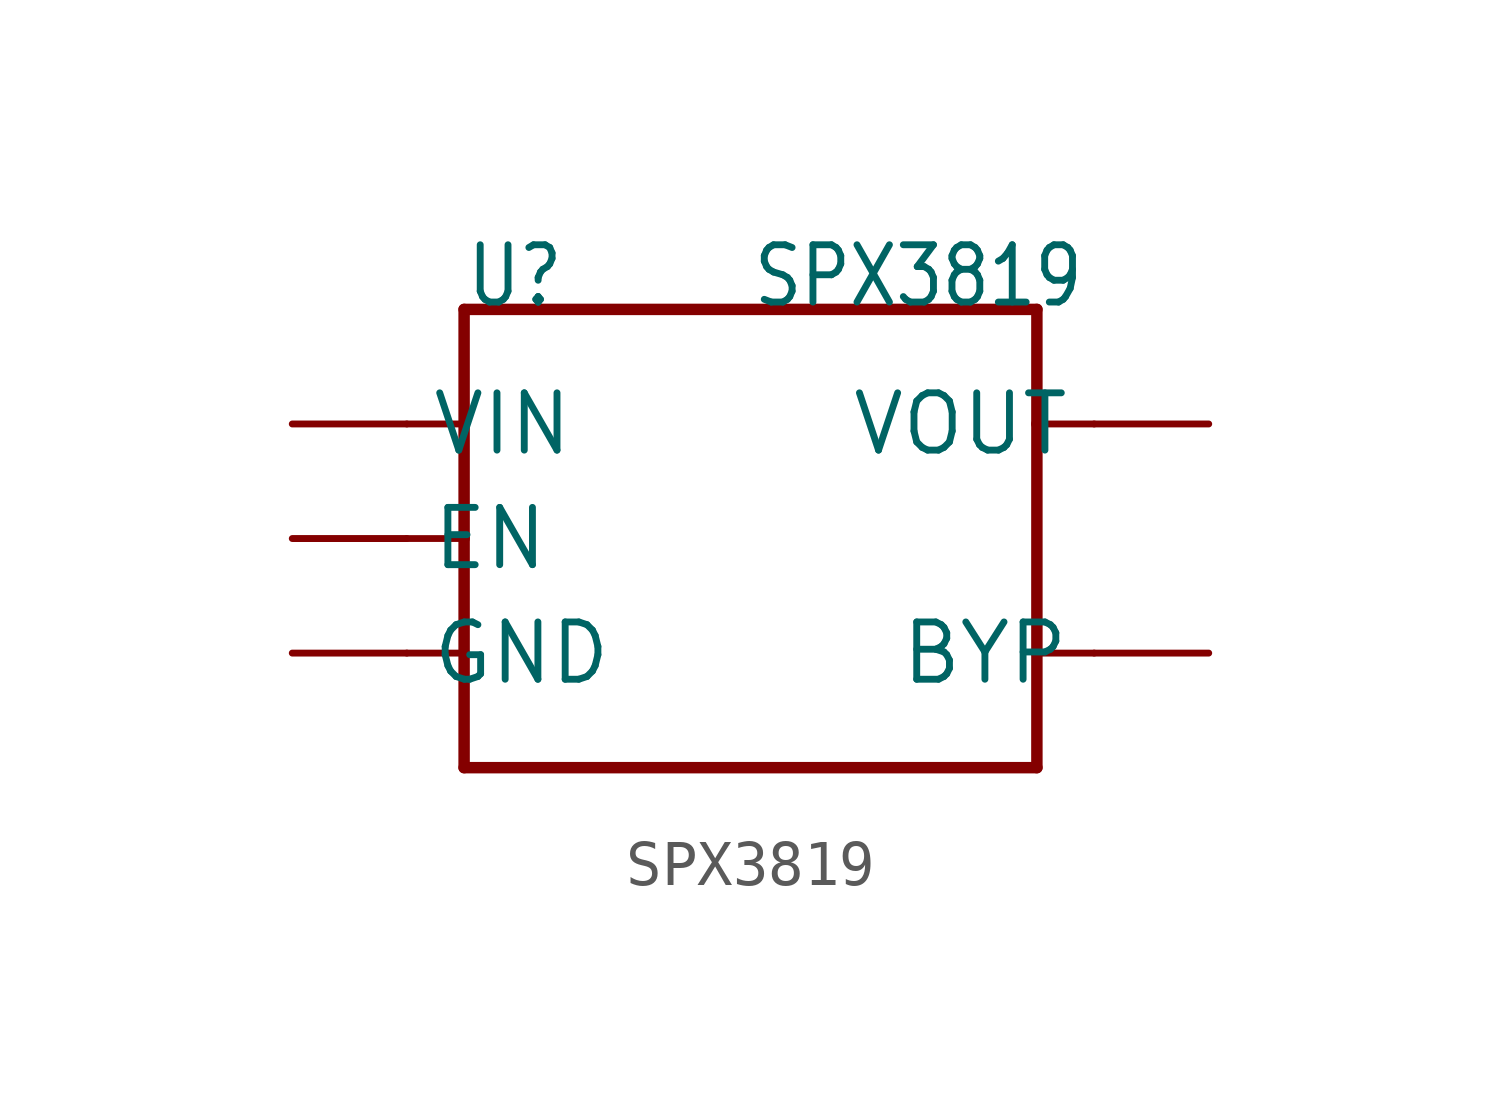
<source format=kicad_sym>
(kicad_symbol_lib
  (version 20211014)
  (generator kicad_symbol_editor)
  (symbol "SPX3819"
    (property "Reference" "U"
      (at 0 10.16 0)
      (effects (font (size 1.27 1.079)) (justify left bottom)))
    (property "Value" "SPX3819"
      (at 6.35 10.16 0)
      (effects (font (size 1.27 1.079)) (justify left bottom)))
    (property "ki_locked" ""
      (at 0 0 0)
      (effects (font (size 1.27 1.27))))
    (symbol "SPX3819_1_0"
      (polyline (pts (xy -1.27 2.54) (xy 0 2.54)) (stroke (width 0.152) (type default) (color 0 0 0 0)) (fill (type none)))
      (polyline (pts (xy -1.27 5.08) (xy 0 5.08)) (stroke (width 0.152) (type default) (color 0 0 0 0)) (fill (type none)))
      (polyline (pts (xy -1.27 7.62) (xy 0 7.62)) (stroke (width 0.152) (type default) (color 0 0 0 0)) (fill (type none)))
      (polyline (pts (xy 0 0) (xy 0 2.54)) (stroke (width 0.254) (type default) (color 0 0 0 0)) (fill (type none)))
      (polyline (pts (xy 0 2.54) (xy 0 5.08)) (stroke (width 0.254) (type default) (color 0 0 0 0)) (fill (type none)))
      (polyline (pts (xy 0 5.08) (xy 0 7.62)) (stroke (width 0.254) (type default) (color 0 0 0 0)) (fill (type none)))
      (polyline (pts (xy 0 7.62) (xy 0 10.16)) (stroke (width 0.254) (type default) (color 0 0 0 0)) (fill (type none)))
      (polyline (pts (xy 0 10.16) (xy 12.7 10.16)) (stroke (width 0.254) (type default) (color 0 0 0 0)) (fill (type none)))
      (polyline (pts (xy 12.7 0) (xy 0 0)) (stroke (width 0.254) (type default) (color 0 0 0 0)) (fill (type none)))
      (polyline (pts (xy 12.7 2.54) (xy 12.7 0)) (stroke (width 0.254) (type default) (color 0 0 0 0)) (fill (type none)))
      (polyline (pts (xy 12.7 2.54) (xy 13.97 2.54)) (stroke (width 0.152) (type default) (color 0 0 0 0)) (fill (type none)))
      (polyline (pts (xy 12.7 7.62) (xy 12.7 2.54)) (stroke (width 0.254) (type default) (color 0 0 0 0)) (fill (type none)))
      (polyline (pts (xy 12.7 7.62) (xy 13.97 7.62)) (stroke (width 0.152) (type default) (color 0 0 0 0)) (fill (type none)))
      (polyline (pts (xy 12.7 10.16) (xy 12.7 7.62)) (stroke (width 0.254) (type default) (color 0 0 0 0)) (fill (type none)))
      (pin bidirectional line (at -3.81 7.62 0) (length 2.54) (name "VIN" (effects (font (size 1.27 1.27)))) (number "1" (effects (font (size 0 0)))))
      (pin bidirectional line (at -3.81 2.54 0) (length 2.54) (name "GND" (effects (font (size 1.27 1.27)))) (number "2" (effects (font (size 0 0)))))
      (pin bidirectional line (at -3.81 5.08 0) (length 2.54) (name "EN" (effects (font (size 1.27 1.27)))) (number "3" (effects (font (size 0 0)))))
      (pin bidirectional line (at 16.51 2.54 180) (length 2.54) (name "BYP" (effects (font (size 1.27 1.27)))) (number "4" (effects (font (size 0 0)))))
      (pin bidirectional line (at 16.51 7.62 180) (length 2.54) (name "VOUT" (effects (font (size 1.27 1.27)))) (number "5" (effects (font (size 0 0))))))))
</source>
